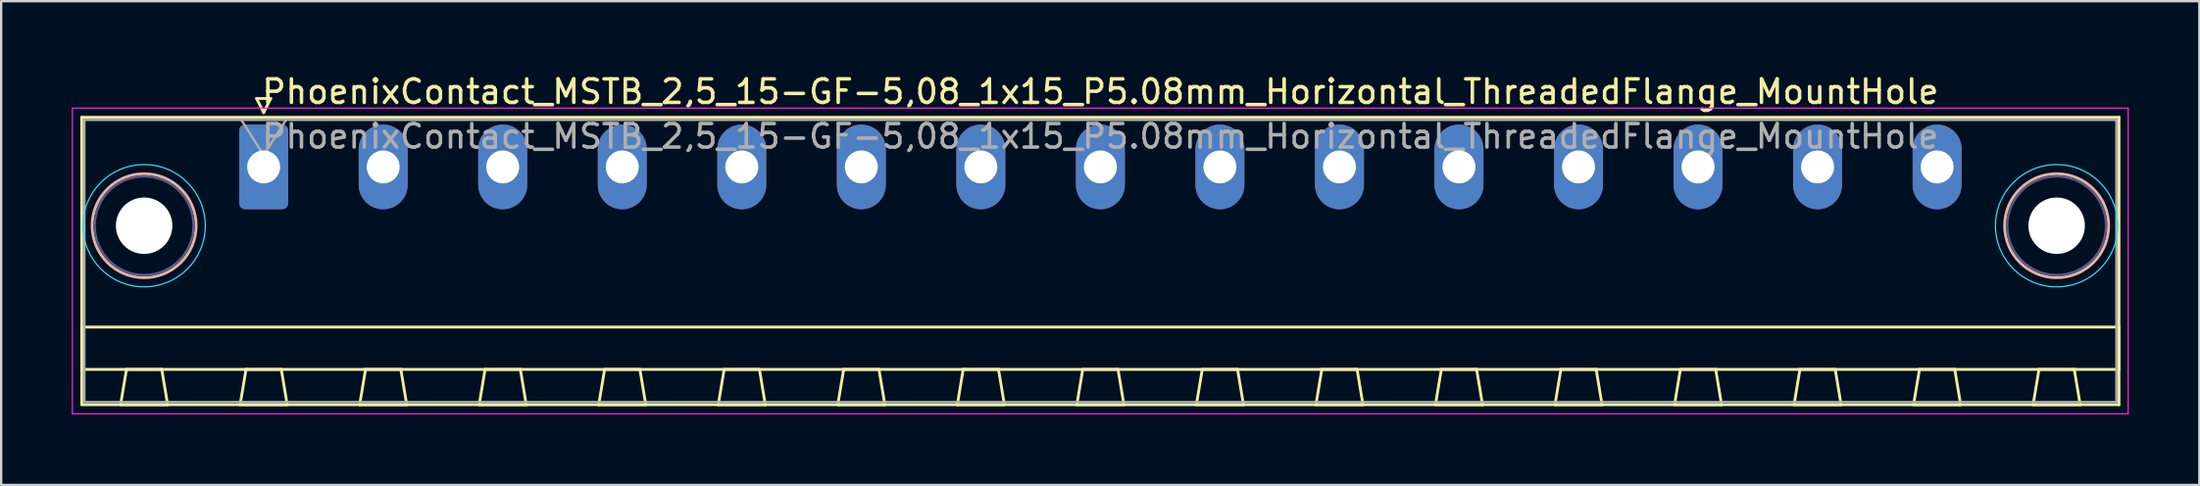
<source format=kicad_pcb>
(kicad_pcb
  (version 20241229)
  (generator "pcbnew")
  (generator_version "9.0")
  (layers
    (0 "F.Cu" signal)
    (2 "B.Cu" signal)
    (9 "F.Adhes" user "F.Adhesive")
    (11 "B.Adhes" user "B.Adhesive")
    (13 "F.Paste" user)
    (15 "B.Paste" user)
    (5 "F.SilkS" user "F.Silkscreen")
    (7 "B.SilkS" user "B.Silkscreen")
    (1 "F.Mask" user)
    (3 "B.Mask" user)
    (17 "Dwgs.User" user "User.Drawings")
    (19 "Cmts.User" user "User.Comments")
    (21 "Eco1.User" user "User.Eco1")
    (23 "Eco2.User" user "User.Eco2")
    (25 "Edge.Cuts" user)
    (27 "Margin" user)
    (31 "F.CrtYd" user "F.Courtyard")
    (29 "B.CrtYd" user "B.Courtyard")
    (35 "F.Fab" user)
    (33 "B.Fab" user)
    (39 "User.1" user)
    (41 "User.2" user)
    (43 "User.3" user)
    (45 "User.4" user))
  (footprint "PhoenixContact_MSTB_2,5_15-GF-5,08_1x15_P5.08mm_Horizontal_ThreadedFlange_MountHole"
    (layer "F.Cu")
    (at 8.155 4.048)
    (property "Reference" "PhoenixContact_MSTB_2,5_15-GF-5,08_1x15_P5.08mm_Horizontal_ThreadedFlange_MountHole" (at 35.56 -3.2 0) (layer "F.SilkS") (effects (font (size 1 1) (thickness 0.15))))
    (attr through_hole)
    (fp_line (start -7.73 -2.11) (end -7.73 10.11) (stroke (width 0.12) (type solid)) (layer "F.SilkS"))
    (fp_line (start -7.73 6.81) (end 78.85 6.81) (stroke (width 0.12) (type solid)) (layer "F.SilkS"))
    (fp_line (start -7.73 8.61) (end -7.73 6.81) (stroke (width 0.12) (type solid)) (layer "F.SilkS"))
    (fp_line (start -7.73 10.11) (end 78.85 10.11) (stroke (width 0.12) (type solid)) (layer "F.SilkS"))
    (fp_line (start -6.08 10.11) (end -4.08 10.11) (stroke (width 0.12) (type solid)) (layer "F.SilkS"))
    (fp_line (start -5.83 8.61) (end -6.08 10.11) (stroke (width 0.12) (type solid)) (layer "F.SilkS"))
    (fp_line (start -4.33 8.61) (end -5.83 8.61) (stroke (width 0.12) (type solid)) (layer "F.SilkS"))
    (fp_line (start -4.08 10.11) (end -4.33 8.61) (stroke (width 0.12) (type solid)) (layer "F.SilkS"))
    (fp_line (start -1 10.11) (end 1 10.11) (stroke (width 0.12) (type solid)) (layer "F.SilkS"))
    (fp_line (start -0.75 8.61) (end -1 10.11) (stroke (width 0.12) (type solid)) (layer "F.SilkS"))
    (fp_line (start -0.3 -2.91) (end 0.3 -2.91) (stroke (width 0.12) (type solid)) (layer "F.SilkS"))
    (fp_line (start 0 -2.31) (end -0.3 -2.91) (stroke (width 0.12) (type solid)) (layer "F.SilkS"))
    (fp_line (start 0.3 -2.91) (end 0 -2.31) (stroke (width 0.12) (type solid)) (layer "F.SilkS"))
    (fp_line (start 0.75 8.61) (end -0.75 8.61) (stroke (width 0.12) (type solid)) (layer "F.SilkS"))
    (fp_line (start 1 10.11) (end 0.75 8.61) (stroke (width 0.12) (type solid)) (layer "F.SilkS"))
    (fp_line (start 4.08 10.11) (end 6.08 10.11) (stroke (width 0.12) (type solid)) (layer "F.SilkS"))
    (fp_line (start 4.33 8.61) (end 4.08 10.11) (stroke (width 0.12) (type solid)) (layer "F.SilkS"))
    (fp_line (start 5.83 8.61) (end 4.33 8.61) (stroke (width 0.12) (type solid)) (layer "F.SilkS"))
    (fp_line (start 6.08 10.11) (end 5.83 8.61) (stroke (width 0.12) (type solid)) (layer "F.SilkS"))
    (fp_line (start 9.16 10.11) (end 11.16 10.11) (stroke (width 0.12) (type solid)) (layer "F.SilkS"))
    (fp_line (start 9.41 8.61) (end 9.16 10.11) (stroke (width 0.12) (type solid)) (layer "F.SilkS"))
    (fp_line (start 10.91 8.61) (end 9.41 8.61) (stroke (width 0.12) (type solid)) (layer "F.SilkS"))
    (fp_line (start 11.16 10.11) (end 10.91 8.61) (stroke (width 0.12) (type solid)) (layer "F.SilkS"))
    (fp_line (start 14.24 10.11) (end 16.24 10.11) (stroke (width 0.12) (type solid)) (layer "F.SilkS"))
    (fp_line (start 14.49 8.61) (end 14.24 10.11) (stroke (width 0.12) (type solid)) (layer "F.SilkS"))
    (fp_line (start 15.99 8.61) (end 14.49 8.61) (stroke (width 0.12) (type solid)) (layer "F.SilkS"))
    (fp_line (start 16.24 10.11) (end 15.99 8.61) (stroke (width 0.12) (type solid)) (layer "F.SilkS"))
    (fp_line (start 19.32 10.11) (end 21.32 10.11) (stroke (width 0.12) (type solid)) (layer "F.SilkS"))
    (fp_line (start 19.57 8.61) (end 19.32 10.11) (stroke (width 0.12) (type solid)) (layer "F.SilkS"))
    (fp_line (start 21.07 8.61) (end 19.57 8.61) (stroke (width 0.12) (type solid)) (layer "F.SilkS"))
    (fp_line (start 21.32 10.11) (end 21.07 8.61) (stroke (width 0.12) (type solid)) (layer "F.SilkS"))
    (fp_line (start 24.4 10.11) (end 26.4 10.11) (stroke (width 0.12) (type solid)) (layer "F.SilkS"))
    (fp_line (start 24.65 8.61) (end 24.4 10.11) (stroke (width 0.12) (type solid)) (layer "F.SilkS"))
    (fp_line (start 26.15 8.61) (end 24.65 8.61) (stroke (width 0.12) (type solid)) (layer "F.SilkS"))
    (fp_line (start 26.4 10.11) (end 26.15 8.61) (stroke (width 0.12) (type solid)) (layer "F.SilkS"))
    (fp_line (start 29.48 10.11) (end 31.48 10.11) (stroke (width 0.12) (type solid)) (layer "F.SilkS"))
    (fp_line (start 29.73 8.61) (end 29.48 10.11) (stroke (width 0.12) (type solid)) (layer "F.SilkS"))
    (fp_line (start 31.23 8.61) (end 29.73 8.61) (stroke (width 0.12) (type solid)) (layer "F.SilkS"))
    (fp_line (start 31.48 10.11) (end 31.23 8.61) (stroke (width 0.12) (type solid)) (layer "F.SilkS"))
    (fp_line (start 34.56 10.11) (end 36.56 10.11) (stroke (width 0.12) (type solid)) (layer "F.SilkS"))
    (fp_line (start 34.81 8.61) (end 34.56 10.11) (stroke (width 0.12) (type solid)) (layer "F.SilkS"))
    (fp_line (start 36.31 8.61) (end 34.81 8.61) (stroke (width 0.12) (type solid)) (layer "F.SilkS"))
    (fp_line (start 36.56 10.11) (end 36.31 8.61) (stroke (width 0.12) (type solid)) (layer "F.SilkS"))
    (fp_line (start 39.64 10.11) (end 41.64 10.11) (stroke (width 0.12) (type solid)) (layer "F.SilkS"))
    (fp_line (start 39.89 8.61) (end 39.64 10.11) (stroke (width 0.12) (type solid)) (layer "F.SilkS"))
    (fp_line (start 41.39 8.61) (end 39.89 8.61) (stroke (width 0.12) (type solid)) (layer "F.SilkS"))
    (fp_line (start 41.64 10.11) (end 41.39 8.61) (stroke (width 0.12) (type solid)) (layer "F.SilkS"))
    (fp_line (start 44.72 10.11) (end 46.72 10.11) (stroke (width 0.12) (type solid)) (layer "F.SilkS"))
    (fp_line (start 44.97 8.61) (end 44.72 10.11) (stroke (width 0.12) (type solid)) (layer "F.SilkS"))
    (fp_line (start 46.47 8.61) (end 44.97 8.61) (stroke (width 0.12) (type solid)) (layer "F.SilkS"))
    (fp_line (start 46.72 10.11) (end 46.47 8.61) (stroke (width 0.12) (type solid)) (layer "F.SilkS"))
    (fp_line (start 49.8 10.11) (end 51.8 10.11) (stroke (width 0.12) (type solid)) (layer "F.SilkS"))
    (fp_line (start 50.05 8.61) (end 49.8 10.11) (stroke (width 0.12) (type solid)) (layer "F.SilkS"))
    (fp_line (start 51.55 8.61) (end 50.05 8.61) (stroke (width 0.12) (type solid)) (layer "F.SilkS"))
    (fp_line (start 51.8 10.11) (end 51.55 8.61) (stroke (width 0.12) (type solid)) (layer "F.SilkS"))
    (fp_line (start 54.88 10.11) (end 56.88 10.11) (stroke (width 0.12) (type solid)) (layer "F.SilkS"))
    (fp_line (start 55.13 8.61) (end 54.88 10.11) (stroke (width 0.12) (type solid)) (layer "F.SilkS"))
    (fp_line (start 56.63 8.61) (end 55.13 8.61) (stroke (width 0.12) (type solid)) (layer "F.SilkS"))
    (fp_line (start 56.88 10.11) (end 56.63 8.61) (stroke (width 0.12) (type solid)) (layer "F.SilkS"))
    (fp_line (start 59.96 10.11) (end 61.96 10.11) (stroke (width 0.12) (type solid)) (layer "F.SilkS"))
    (fp_line (start 60.21 8.61) (end 59.96 10.11) (stroke (width 0.12) (type solid)) (layer "F.SilkS"))
    (fp_line (start 61.71 8.61) (end 60.21 8.61) (stroke (width 0.12) (type solid)) (layer "F.SilkS"))
    (fp_line (start 61.96 10.11) (end 61.71 8.61) (stroke (width 0.12) (type solid)) (layer "F.SilkS"))
    (fp_line (start 65.04 10.11) (end 67.04 10.11) (stroke (width 0.12) (type solid)) (layer "F.SilkS"))
    (fp_line (start 65.29 8.61) (end 65.04 10.11) (stroke (width 0.12) (type solid)) (layer "F.SilkS"))
    (fp_line (start 66.79 8.61) (end 65.29 8.61) (stroke (width 0.12) (type solid)) (layer "F.SilkS"))
    (fp_line (start 67.04 10.11) (end 66.79 8.61) (stroke (width 0.12) (type solid)) (layer "F.SilkS"))
    (fp_line (start 70.12 10.11) (end 72.12 10.11) (stroke (width 0.12) (type solid)) (layer "F.SilkS"))
    (fp_line (start 70.37 8.61) (end 70.12 10.11) (stroke (width 0.12) (type solid)) (layer "F.SilkS"))
    (fp_line (start 71.87 8.61) (end 70.37 8.61) (stroke (width 0.12) (type solid)) (layer "F.SilkS"))
    (fp_line (start 72.12 10.11) (end 71.87 8.61) (stroke (width 0.12) (type solid)) (layer "F.SilkS"))
    (fp_line (start 75.2 10.11) (end 77.2 10.11) (stroke (width 0.12) (type solid)) (layer "F.SilkS"))
    (fp_line (start 75.45 8.61) (end 75.2 10.11) (stroke (width 0.12) (type solid)) (layer "F.SilkS"))
    (fp_line (start 76.95 8.61) (end 75.45 8.61) (stroke (width 0.12) (type solid)) (layer "F.SilkS"))
    (fp_line (start 77.2 10.11) (end 76.95 8.61) (stroke (width 0.12) (type solid)) (layer "F.SilkS"))
    (fp_line (start 78.85 -2.11) (end -7.73 -2.11) (stroke (width 0.12) (type solid)) (layer "F.SilkS"))
    (fp_line (start 78.85 6.81) (end 78.85 8.61) (stroke (width 0.12) (type solid)) (layer "F.SilkS"))
    (fp_line (start 78.85 8.61) (end -7.73 8.61) (stroke (width 0.12) (type solid)) (layer "F.SilkS"))
    (fp_line (start 78.85 10.11) (end 78.85 -2.11) (stroke (width 0.12) (type solid)) (layer "F.SilkS"))
    (fp_circle (center -5.08 2.5) (end -2.87 2.5) (stroke (width 0.12) (type solid)) (fill no) (layer "B.SilkS"))
    (fp_circle (center 76.2 2.5) (end 78.41 2.5) (stroke (width 0.12) (type solid)) (fill no) (layer "B.SilkS"))
    (fp_circle (center -5.08 2.5) (end -2.48 2.5) (stroke (width 0.05) (type solid)) (fill no) (layer "B.CrtYd"))
    (fp_circle (center 76.2 2.5) (end 78.8 2.5) (stroke (width 0.05) (type solid)) (fill no) (layer "B.CrtYd"))
    (fp_line (start -8.13 -2.5) (end -8.13 10.5) (stroke (width 0.05) (type solid)) (layer "F.CrtYd"))
    (fp_line (start -8.13 10.5) (end 79.24 10.5) (stroke (width 0.05) (type solid)) (layer "F.CrtYd"))
    (fp_line (start 79.24 -2.5) (end -8.13 -2.5) (stroke (width 0.05) (type solid)) (layer "F.CrtYd"))
    (fp_line (start 79.24 10.5) (end 79.24 -2.5) (stroke (width 0.05) (type solid)) (layer "F.CrtYd"))
    (fp_circle (center -5.08 2.5) (end -2.98 2.5) (stroke (width 0.1) (type solid)) (fill no) (layer "B.Fab"))
    (fp_circle (center 76.2 2.5) (end 78.3 2.5) (stroke (width 0.1) (type solid)) (fill no) (layer "B.Fab"))
    (fp_line (start -7.62 -2) (end -7.62 10) (stroke (width 0.1) (type solid)) (layer "F.Fab"))
    (fp_line (start -7.62 10) (end 78.74 10) (stroke (width 0.1) (type solid)) (layer "F.Fab"))
    (fp_line (start 0 -0.5) (end -0.95 -2) (stroke (width 0.1) (type solid)) (layer "F.Fab"))
    (fp_line (start 0.95 -2) (end 0 -0.5) (stroke (width 0.1) (type solid)) (layer "F.Fab"))
    (fp_line (start 78.74 -2) (end -7.62 -2) (stroke (width 0.1) (type solid)) (layer "F.Fab"))
    (fp_line (start 78.74 10) (end 78.74 -2) (stroke (width 0.1) (type solid)) (layer "F.Fab"))
    (fp_text user "${REFERENCE}" (at 35.56 -1.3 0) (layer "F.Fab") (effects (font (size 1 1) (thickness 0.15))))
    (pad "" np_thru_hole circle (at -5.08 2.5) (size 2.4 2.4) (drill 2.4) (layers "*.Cu" "*.Mask"))
    (pad "" np_thru_hole circle (at 76.2 2.5) (size 2.4 2.4) (drill 2.4) (layers "*.Cu" "*.Mask"))
    (pad "1" thru_hole roundrect (at 0 0) (size 2.08 3.6) (drill 1.4) (layers "*.Cu" "*.Mask") (roundrect_rratio 0.12))
    (pad "2" thru_hole oval (at 5.08 0) (size 2.08 3.6) (drill 1.4) (layers "*.Cu" "*.Mask"))
    (pad "3" thru_hole oval (at 10.16 0) (size 2.08 3.6) (drill 1.4) (layers "*.Cu" "*.Mask"))
    (pad "4" thru_hole oval (at 15.24 0) (size 2.08 3.6) (drill 1.4) (layers "*.Cu" "*.Mask"))
    (pad "5" thru_hole oval (at 20.32 0) (size 2.08 3.6) (drill 1.4) (layers "*.Cu" "*.Mask"))
    (pad "6" thru_hole oval (at 25.4 0) (size 2.08 3.6) (drill 1.4) (layers "*.Cu" "*.Mask"))
    (pad "7" thru_hole oval (at 30.48 0) (size 2.08 3.6) (drill 1.4) (layers "*.Cu" "*.Mask"))
    (pad "8" thru_hole oval (at 35.56 0) (size 2.08 3.6) (drill 1.4) (layers "*.Cu" "*.Mask"))
    (pad "9" thru_hole oval (at 40.64 0) (size 2.08 3.6) (drill 1.4) (layers "*.Cu" "*.Mask"))
    (pad "10" thru_hole oval (at 45.72 0) (size 2.08 3.6) (drill 1.4) (layers "*.Cu" "*.Mask"))
    (pad "11" thru_hole oval (at 50.8 0) (size 2.08 3.6) (drill 1.4) (layers "*.Cu" "*.Mask"))
    (pad "12" thru_hole oval (at 55.88 0) (size 2.08 3.6) (drill 1.4) (layers "*.Cu" "*.Mask"))
    (pad "13" thru_hole oval (at 60.96 0) (size 2.08 3.6) (drill 1.4) (layers "*.Cu" "*.Mask"))
    (pad "14" thru_hole oval (at 66.04 0) (size 2.08 3.6) (drill 1.4) (layers "*.Cu" "*.Mask"))
    (pad "15" thru_hole oval (at 71.12 0) (size 2.08 3.6) (drill 1.4) (layers "*.Cu" "*.Mask")))
  (gr_rect
    (start -3 -3)
    (end 90.42 17.573)
    (stroke (width 0.1) (type default))
    (fill no)
    (layer "Edge.Cuts")))
</source>
